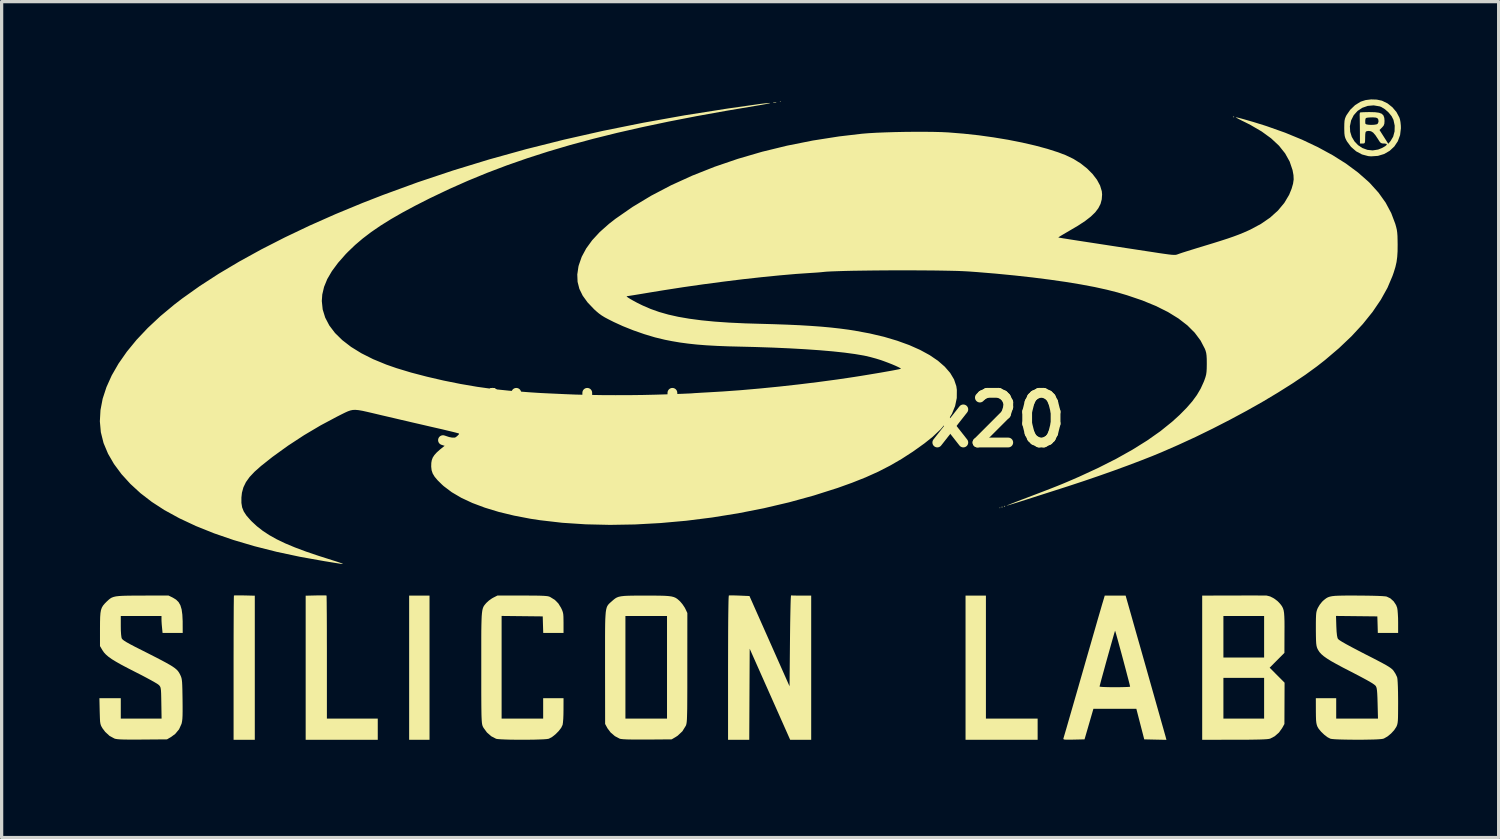
<source format=kicad_pcb>
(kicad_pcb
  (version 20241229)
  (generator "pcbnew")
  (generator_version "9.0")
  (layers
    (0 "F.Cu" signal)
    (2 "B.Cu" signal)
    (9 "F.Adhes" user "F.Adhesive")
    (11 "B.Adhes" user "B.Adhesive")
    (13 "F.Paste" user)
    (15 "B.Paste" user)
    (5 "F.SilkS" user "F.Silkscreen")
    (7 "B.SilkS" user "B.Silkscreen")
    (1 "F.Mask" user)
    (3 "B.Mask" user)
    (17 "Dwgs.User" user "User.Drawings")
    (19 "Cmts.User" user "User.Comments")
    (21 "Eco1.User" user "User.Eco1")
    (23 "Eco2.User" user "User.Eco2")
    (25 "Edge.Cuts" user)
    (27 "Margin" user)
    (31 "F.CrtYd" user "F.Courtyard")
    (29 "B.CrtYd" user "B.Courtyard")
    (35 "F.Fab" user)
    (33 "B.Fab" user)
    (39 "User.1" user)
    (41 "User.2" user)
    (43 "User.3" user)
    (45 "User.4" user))
  (footprint "SilabsLogo40x20"
    (layer "F.Cu")
    (at 19.94 9.838)
    (property "Reference" "SilabsLogo40x20" (at 0 0 0) (layer "F.SilkS") (effects (font (size 1.524 1.524) (thickness 0.3))))
    (attr board_only exclude_from_pos_files exclude_from_bom)
    (fp_poly (pts (xy -9.811 9.811) (xy -10.436 9.811) (xy -10.436 5.387) (xy -9.811 5.387)) (stroke (width 0) (type solid)) (fill yes) (layer "F.SilkS"))
    (fp_poly (pts (xy 0.963 -9.772) (xy 0.95 -9.759) (xy 0.937 -9.772) (xy 0.95 -9.785)) (stroke (width 0) (type solid)) (fill yes) (layer "F.SilkS"))
    (fp_poly (pts (xy 7.703 2.694) (xy 7.69 2.707) (xy 7.677 2.694) (xy 7.69 2.681)) (stroke (width 0) (type solid)) (fill yes) (layer "F.SilkS"))
    (fp_poly (pts (xy 7.261 9.161) (xy 8.848 9.161) (xy 8.848 9.811) (xy 6.636 9.811) (xy 6.636 5.387) (xy 7.261 5.387)) (stroke (width 0) (type solid)) (fill yes) (layer "F.SilkS"))
    (fp_poly (pts (xy 7.773 2.663) (xy 7.769 2.679) (xy 7.755 2.681) (xy 7.734 2.671) (xy 7.738 2.663) (xy 7.769 2.66)) (stroke (width 0) (type solid)) (fill yes) (layer "F.SilkS"))
    (fp_poly (pts (xy 7.851 2.637) (xy 7.847 2.653) (xy 7.833 2.655) (xy 7.812 2.645) (xy 7.816 2.637) (xy 7.847 2.634)) (stroke (width 0) (type solid)) (fill yes) (layer "F.SilkS"))
    (fp_poly (pts (xy 14.877 -9.308) (xy 14.874 -9.293) (xy 14.86 -9.291) (xy 14.839 -9.3) (xy 14.843 -9.308) (xy 14.874 -9.311)) (stroke (width 0) (type solid)) (fill yes) (layer "F.SilkS"))
    (fp_poly (pts (xy 0.826 -9.751) (xy 0.834 -9.744) (xy 0.798 -9.739) (xy 0.781 -9.739) (xy 0.733 -9.742) (xy 0.728 -9.749) (xy 0.735 -9.751) (xy 0.801 -9.755)) (stroke (width 0) (type solid)) (fill yes) (layer "F.SilkS"))
    (fp_poly (pts (xy -15.612 5.38) (xy -15.49 5.382) (xy -15.487 5.382) (xy -15.172 5.39) (xy -15.172 9.811) (xy -15.823 9.811) (xy -15.823 7.604) (xy -15.823 7.269) (xy -15.822 6.95) (xy -15.822 6.65) (xy -15.821 6.372) (xy -15.82 6.121) (xy -15.819 5.901) (xy -15.818 5.715) (xy -15.816 5.566) (xy -15.815 5.46) (xy -15.813 5.398) (xy -15.812 5.385) (xy -15.784 5.381) (xy -15.713 5.38)) (stroke (width 0) (type solid)) (fill yes) (layer "F.SilkS"))
    (fp_poly (pts (xy -13.001 5.381) (xy -12.971 5.385) (xy -12.971 5.385) (xy -12.969 5.412) (xy -12.968 5.487) (xy -12.966 5.606) (xy -12.965 5.765) (xy -12.963 5.959) (xy -12.962 6.184) (xy -12.961 6.437) (xy -12.961 6.713) (xy -12.96 7.008) (xy -12.96 7.278) (xy -12.96 9.161) (xy -11.399 9.161) (xy -11.399 9.811) (xy -13.611 9.811) (xy -13.611 5.39) (xy -13.296 5.382) (xy -13.174 5.38) (xy -13.072 5.38)) (stroke (width 0) (type solid)) (fill yes) (layer "F.SilkS"))
    (fp_poly (pts (xy -0.515 5.38) (xy -0.41 5.383) (xy -0.297 5.387) (xy 0.006 5.4) (xy 0.621 6.785) (xy 1.236 8.17) (xy 1.249 6.772) (xy 1.252 6.508) (xy 1.255 6.26) (xy 1.259 6.034) (xy 1.263 5.834) (xy 1.267 5.664) (xy 1.271 5.53) (xy 1.276 5.436) (xy 1.28 5.387) (xy 1.282 5.381) (xy 1.314 5.383) (xy 1.387 5.385) (xy 1.49 5.387) (xy 1.601 5.387) (xy 1.9 5.387) (xy 1.9 9.811) (xy 1.255 9.811) (xy 0.634 8.414) (xy 0.013 7.017) (xy 0.006 8.414) (xy -0.000452 9.811) (xy -0.651 9.811) (xy -0.651 7.601) (xy -0.65 7.177) (xy -0.649 6.794) (xy -0.648 6.455) (xy -0.646 6.16) (xy -0.643 5.91) (xy -0.64 5.708) (xy -0.637 5.553) (xy -0.633 5.447) (xy -0.628 5.391) (xy -0.625 5.383) (xy -0.59 5.38)) (stroke (width 0) (type solid)) (fill yes) (layer "F.SilkS"))
    (fp_poly (pts (xy 15.466 5.383) (xy 15.624 5.384) (xy 15.75 5.384) (xy 15.835 5.385) (xy 15.875 5.386) (xy 15.982 5.413) (xy 16.099 5.473) (xy 16.209 5.556) (xy 16.253 5.6) (xy 16.304 5.658) (xy 16.343 5.711) (xy 16.373 5.768) (xy 16.395 5.834) (xy 16.409 5.918) (xy 16.417 6.027) (xy 16.422 6.167) (xy 16.423 6.347) (xy 16.422 6.516) (xy 16.42 7.144) (xy 15.967 7.599) (xy 16.425 8.059) (xy 16.42 9.326) (xy 16.35 9.453) (xy 16.251 9.59) (xy 16.122 9.703) (xy 15.984 9.775) (xy 15.944 9.784) (xy 15.879 9.792) (xy 15.785 9.798) (xy 15.658 9.803) (xy 15.494 9.806) (xy 15.288 9.809) (xy 15.036 9.81) (xy 14.893 9.81) (xy 13.897 9.811) (xy 13.897 9.161) (xy 14.548 9.161) (xy 15.797 9.161) (xy 15.797 7.911) (xy 14.548 7.911) (xy 14.548 9.161) (xy 13.897 9.161) (xy 13.897 7.287) (xy 14.548 7.287) (xy 15.797 7.287) (xy 15.797 6.012) (xy 14.548 6.012) (xy 14.548 7.287) (xy 13.897 7.287) (xy 13.897 5.387) (xy 14.854 5.384) (xy 15.074 5.384) (xy 15.28 5.383)) (stroke (width 0) (type solid)) (fill yes) (layer "F.SilkS"))
    (fp_poly (pts (xy -2.939 5.387) (xy -2.749 5.389) (xy -2.598 5.393) (xy -2.48 5.401) (xy -2.389 5.413) (xy -2.318 5.431) (xy -2.261 5.455) (xy -2.211 5.487) (xy -2.162 5.529) (xy -2.124 5.564) (xy -2.052 5.648) (xy -1.984 5.749) (xy -1.962 5.79) (xy -1.9 5.921) (xy -1.901 7.599) (xy -1.901 7.938) (xy -1.901 8.228) (xy -1.902 8.474) (xy -1.903 8.68) (xy -1.904 8.85) (xy -1.907 8.988) (xy -1.91 9.097) (xy -1.913 9.182) (xy -1.918 9.247) (xy -1.924 9.296) (xy -1.931 9.332) (xy -1.939 9.36) (xy -1.948 9.382) (xy -2.053 9.551) (xy -2.197 9.686) (xy -2.26 9.727) (xy -2.381 9.798) (xy -3.136 9.804) (xy -3.387 9.804) (xy -3.589 9.803) (xy -3.746 9.8) (xy -3.861 9.794) (xy -3.937 9.786) (xy -3.974 9.778) (xy -4.122 9.7) (xy -4.252 9.589) (xy -4.349 9.461) (xy -4.352 9.456) (xy -4.423 9.325) (xy -4.423 9.161) (xy -3.8 9.161) (xy -2.524 9.161) (xy -2.524 6.012) (xy -3.8 6.012) (xy -3.8 9.161) (xy -4.423 9.161) (xy -4.425 7.591) (xy -4.425 7.238) (xy -4.425 6.932) (xy -4.425 6.671) (xy -4.424 6.451) (xy -4.422 6.267) (xy -4.418 6.115) (xy -4.411 5.993) (xy -4.403 5.895) (xy -4.391 5.818) (xy -4.376 5.758) (xy -4.357 5.711) (xy -4.334 5.674) (xy -4.307 5.642) (xy -4.275 5.611) (xy -4.237 5.578) (xy -4.215 5.558) (xy -4.162 5.512) (xy -4.113 5.474) (xy -4.063 5.445) (xy -4.004 5.423) (xy -3.93 5.408) (xy -3.835 5.397) (xy -3.712 5.391) (xy -3.555 5.388) (xy -3.358 5.387) (xy -3.175 5.387)) (stroke (width 0) (type solid)) (fill yes) (layer "F.SilkS"))
    (fp_poly (pts (xy -6.959 5.385) (xy -6.734 5.386) (xy -6.554 5.387) (xy -6.415 5.39) (xy -6.31 5.394) (xy -6.232 5.4) (xy -6.177 5.407) (xy -6.137 5.418) (xy -6.109 5.43) (xy -5.965 5.519) (xy -5.859 5.627) (xy -5.778 5.758) (xy -5.744 5.829) (xy -5.722 5.89) (xy -5.708 5.954) (xy -5.702 6.035) (xy -5.7 6.148) (xy -5.699 6.224) (xy -5.699 6.532) (xy -6.322 6.532) (xy -6.33 6.278) (xy -6.337 6.025) (xy -6.968 6.018) (xy -7.599 6.011) (xy -7.599 9.161) (xy -6.324 9.161) (xy -6.324 8.536) (xy -5.699 8.536) (xy -5.7 8.894) (xy -5.702 9.035) (xy -5.707 9.166) (xy -5.716 9.275) (xy -5.726 9.346) (xy -5.728 9.354) (xy -5.771 9.444) (xy -5.848 9.544) (xy -5.944 9.641) (xy -6.046 9.722) (xy -6.142 9.774) (xy -6.158 9.78) (xy -6.216 9.789) (xy -6.317 9.797) (xy -6.452 9.802) (xy -6.612 9.807) (xy -6.788 9.809) (xy -6.973 9.81) (xy -7.157 9.809) (xy -7.332 9.807) (xy -7.49 9.802) (xy -7.62 9.796) (xy -7.716 9.789) (xy -7.768 9.78) (xy -7.916 9.703) (xy -8.049 9.587) (xy -8.153 9.445) (xy -8.173 9.408) (xy -8.183 9.385) (xy -8.191 9.359) (xy -8.198 9.326) (xy -8.204 9.281) (xy -8.209 9.222) (xy -8.213 9.143) (xy -8.217 9.041) (xy -8.219 8.912) (xy -8.221 8.752) (xy -8.222 8.558) (xy -8.223 8.324) (xy -8.223 8.048) (xy -8.223 7.725) (xy -8.223 7.596) (xy -8.223 7.246) (xy -8.223 6.945) (xy -8.223 6.687) (xy -8.222 6.47) (xy -8.219 6.289) (xy -8.215 6.141) (xy -8.21 6.02) (xy -8.202 5.925) (xy -8.192 5.849) (xy -8.179 5.791) (xy -8.163 5.745) (xy -8.144 5.707) (xy -8.122 5.675) (xy -8.095 5.643) (xy -8.064 5.608) (xy -8.064 5.608) (xy -7.989 5.539) (xy -7.896 5.473) (xy -7.853 5.449) (xy -7.725 5.384)) (stroke (width 0) (type solid)) (fill yes) (layer "F.SilkS"))
    (fp_poly (pts (xy 11.72 5.992) (xy 11.779 6.201) (xy 11.845 6.435) (xy 11.917 6.688) (xy 11.994 6.957) (xy 12.073 7.236) (xy 12.154 7.521) (xy 12.235 7.808) (xy 12.315 8.091) (xy 12.393 8.366) (xy 12.467 8.628) (xy 12.536 8.872) (xy 12.599 9.095) (xy 12.654 9.291) (xy 12.701 9.455) (xy 12.737 9.584) (xy 12.762 9.672) (xy 12.774 9.714) (xy 12.774 9.714) (xy 12.8 9.813) (xy 12.46 9.806) (xy 12.119 9.798) (xy 11.998 9.33) (xy 11.877 8.861) (xy 10.559 8.861) (xy 10.423 9.33) (xy 10.287 9.798) (xy 9.956 9.806) (xy 9.82 9.808) (xy 9.728 9.808) (xy 9.672 9.804) (xy 9.644 9.795) (xy 9.637 9.781) (xy 9.64 9.767) (xy 9.657 9.709) (xy 9.687 9.607) (xy 9.73 9.461) (xy 9.785 9.269) (xy 9.854 9.031) (xy 9.936 8.747) (xy 10.032 8.414) (xy 10.1 8.178) (xy 10.748 8.178) (xy 10.773 8.184) (xy 10.841 8.19) (xy 10.945 8.194) (xy 11.077 8.197) (xy 11.217 8.198) (xy 11.366 8.197) (xy 11.496 8.194) (xy 11.598 8.191) (xy 11.664 8.186) (xy 11.685 8.181) (xy 11.679 8.149) (xy 11.661 8.075) (xy 11.633 7.966) (xy 11.597 7.83) (xy 11.556 7.672) (xy 11.51 7.5) (xy 11.463 7.322) (xy 11.415 7.144) (xy 11.368 6.972) (xy 11.325 6.815) (xy 11.287 6.678) (xy 11.257 6.57) (xy 11.235 6.496) (xy 11.224 6.465) (xy 11.224 6.464) (xy 11.215 6.491) (xy 11.194 6.56) (xy 11.164 6.666) (xy 11.126 6.8) (xy 11.082 6.956) (xy 11.034 7.128) (xy 10.984 7.306) (xy 10.934 7.486) (xy 10.887 7.659) (xy 10.843 7.818) (xy 10.805 7.956) (xy 10.776 8.067) (xy 10.756 8.143) (xy 10.748 8.177) (xy 10.748 8.178) (xy 10.1 8.178) (xy 10.141 8.034) (xy 10.265 7.604) (xy 10.318 7.417) (xy 10.4 7.132) (xy 10.48 6.856) (xy 10.555 6.594) (xy 10.625 6.352) (xy 10.687 6.135) (xy 10.742 5.947) (xy 10.787 5.793) (xy 10.82 5.678) (xy 10.841 5.608) (xy 10.843 5.602) (xy 10.907 5.387) (xy 11.548 5.387)) (stroke (width 0) (type solid)) (fill yes) (layer "F.SilkS"))
    (fp_poly (pts (xy -17.686 5.45) (xy -17.587 5.511) (xy -17.511 5.586) (xy -17.455 5.684) (xy -17.417 5.811) (xy -17.395 5.973) (xy -17.385 6.177) (xy -17.385 6.265) (xy -17.384 6.532) (xy -18.002 6.532) (xy -18.018 6.372) (xy -18.028 6.266) (xy -18.034 6.165) (xy -18.035 6.112) (xy -18.035 6.012) (xy -19.284 6.012) (xy -19.284 6.323) (xy -19.282 6.465) (xy -19.274 6.584) (xy -19.263 6.669) (xy -19.254 6.701) (xy -19.231 6.731) (xy -19.185 6.768) (xy -19.109 6.816) (xy -19 6.877) (xy -18.852 6.955) (xy -18.727 7.018) (xy -18.463 7.151) (xy -18.242 7.264) (xy -18.058 7.359) (xy -17.91 7.438) (xy -17.791 7.505) (xy -17.697 7.562) (xy -17.626 7.612) (xy -17.571 7.658) (xy -17.53 7.702) (xy -17.499 7.746) (xy -17.472 7.794) (xy -17.453 7.833) (xy -17.435 7.875) (xy -17.421 7.919) (xy -17.411 7.973) (xy -17.403 8.045) (xy -17.398 8.142) (xy -17.394 8.271) (xy -17.391 8.441) (xy -17.389 8.568) (xy -17.387 8.777) (xy -17.387 8.942) (xy -17.389 9.069) (xy -17.394 9.167) (xy -17.403 9.242) (xy -17.415 9.302) (xy -17.421 9.323) (xy -17.496 9.49) (xy -17.615 9.632) (xy -17.744 9.727) (xy -17.866 9.798) (xy -18.621 9.804) (xy -18.854 9.806) (xy -19.04 9.805) (xy -19.186 9.803) (xy -19.298 9.799) (xy -19.379 9.793) (xy -19.438 9.784) (xy -19.476 9.774) (xy -19.627 9.693) (xy -19.761 9.57) (xy -19.844 9.46) (xy -19.874 9.41) (xy -19.895 9.365) (xy -19.909 9.316) (xy -19.919 9.251) (xy -19.924 9.161) (xy -19.928 9.036) (xy -19.931 8.935) (xy -19.94 8.536) (xy -19.284 8.536) (xy -19.284 9.161) (xy -18.032 9.161) (xy -18.04 8.681) (xy -18.043 8.512) (xy -18.046 8.387) (xy -18.051 8.298) (xy -18.059 8.237) (xy -18.069 8.195) (xy -18.085 8.166) (xy -18.106 8.14) (xy -18.113 8.132) (xy -18.153 8.102) (xy -18.233 8.053) (xy -18.346 7.989) (xy -18.486 7.913) (xy -18.645 7.829) (xy -18.816 7.742) (xy -18.818 7.741) (xy -19.062 7.616) (xy -19.264 7.51) (xy -19.428 7.417) (xy -19.559 7.337) (xy -19.661 7.264) (xy -19.74 7.196) (xy -19.8 7.131) (xy -19.846 7.064) (xy -19.848 7.061) (xy -19.922 6.936) (xy -19.922 6.402) (xy -19.921 6.202) (xy -19.917 6.046) (xy -19.908 5.925) (xy -19.892 5.832) (xy -19.866 5.758) (xy -19.829 5.694) (xy -19.778 5.633) (xy -19.712 5.566) (xy -19.709 5.564) (xy -19.659 5.517) (xy -19.613 5.48) (xy -19.564 5.45) (xy -19.505 5.428) (xy -19.432 5.411) (xy -19.337 5.4) (xy -19.215 5.393) (xy -19.059 5.389) (xy -18.864 5.387) (xy -18.623 5.386) (xy -18.619 5.386) (xy -17.819 5.385)) (stroke (width 0) (type solid)) (fill yes) (layer "F.SilkS"))
    (fp_poly (pts (xy 18.67 5.386) (xy 18.899 5.388) (xy 19.104 5.391) (xy 19.278 5.396) (xy 19.416 5.402) (xy 19.513 5.41) (xy 19.557 5.417) (xy 19.67 5.471) (xy 19.772 5.563) (xy 19.848 5.678) (xy 19.879 5.76) (xy 19.891 5.833) (xy 19.9 5.943) (xy 19.907 6.074) (xy 19.909 6.205) (xy 19.909 6.532) (xy 19.286 6.532) (xy 19.279 6.278) (xy 19.271 6.025) (xy 18.637 6.018) (xy 18.003 6.011) (xy 18.013 6.333) (xy 18.021 6.493) (xy 18.033 6.608) (xy 18.049 6.684) (xy 18.064 6.717) (xy 18.101 6.749) (xy 18.184 6.802) (xy 18.311 6.875) (xy 18.483 6.968) (xy 18.696 7.08) (xy 18.895 7.183) (xy 19.112 7.293) (xy 19.287 7.384) (xy 19.425 7.457) (xy 19.532 7.516) (xy 19.613 7.564) (xy 19.673 7.604) (xy 19.716 7.638) (xy 19.749 7.67) (xy 19.771 7.697) (xy 19.826 7.782) (xy 19.869 7.87) (xy 19.882 7.906) (xy 19.889 7.96) (xy 19.896 8.058) (xy 19.902 8.193) (xy 19.906 8.356) (xy 19.908 8.54) (xy 19.909 8.651) (xy 19.908 8.854) (xy 19.907 9.011) (xy 19.905 9.131) (xy 19.901 9.22) (xy 19.894 9.286) (xy 19.884 9.335) (xy 19.871 9.375) (xy 19.855 9.412) (xy 19.788 9.515) (xy 19.692 9.619) (xy 19.584 9.708) (xy 19.478 9.769) (xy 19.447 9.78) (xy 19.389 9.789) (xy 19.288 9.797) (xy 19.153 9.803) (xy 18.992 9.806) (xy 18.814 9.809) (xy 18.629 9.809) (xy 18.443 9.808) (xy 18.267 9.805) (xy 18.109 9.801) (xy 17.977 9.795) (xy 17.881 9.787) (xy 17.831 9.778) (xy 17.745 9.734) (xy 17.646 9.659) (xy 17.55 9.568) (xy 17.471 9.473) (xy 17.433 9.408) (xy 17.414 9.356) (xy 17.4 9.294) (xy 17.391 9.211) (xy 17.387 9.097) (xy 17.385 8.943) (xy 17.385 8.92) (xy 17.384 8.536) (xy 18.009 8.536) (xy 18.009 9.161) (xy 19.291 9.161) (xy 19.279 8.691) (xy 19.274 8.52) (xy 19.268 8.393) (xy 19.261 8.302) (xy 19.252 8.239) (xy 19.24 8.195) (xy 19.223 8.162) (xy 19.215 8.151) (xy 19.173 8.115) (xy 19.086 8.058) (xy 18.953 7.981) (xy 18.773 7.884) (xy 18.546 7.765) (xy 18.451 7.716) (xy 18.21 7.592) (xy 18.013 7.486) (xy 17.852 7.396) (xy 17.726 7.317) (xy 17.627 7.247) (xy 17.552 7.182) (xy 17.496 7.12) (xy 17.455 7.057) (xy 17.433 7.015) (xy 17.416 6.971) (xy 17.404 6.92) (xy 17.395 6.852) (xy 17.39 6.761) (xy 17.387 6.637) (xy 17.385 6.472) (xy 17.385 6.402) (xy 17.385 6.225) (xy 17.387 6.092) (xy 17.391 5.993) (xy 17.397 5.921) (xy 17.408 5.865) (xy 17.423 5.818) (xy 17.443 5.77) (xy 17.446 5.764) (xy 17.502 5.669) (xy 17.573 5.579) (xy 17.606 5.546) (xy 17.658 5.502) (xy 17.705 5.467) (xy 17.755 5.439) (xy 17.814 5.419) (xy 17.888 5.404) (xy 17.983 5.394) (xy 18.105 5.389) (xy 18.262 5.386) (xy 18.458 5.385)) (stroke (width 0) (type solid)) (fill yes) (layer "F.SilkS"))
    (fp_poly (pts (xy 19.255 -9.832) (xy 19.411 -9.799) (xy 19.416 -9.797) (xy 19.583 -9.716) (xy 19.734 -9.596) (xy 19.858 -9.449) (xy 19.945 -9.286) (xy 19.965 -9.227) (xy 19.981 -9.143) (xy 19.992 -9.034) (xy 19.994 -8.952) (xy 19.969 -8.743) (xy 19.9 -8.555) (xy 19.792 -8.393) (xy 19.65 -8.261) (xy 19.481 -8.163) (xy 19.289 -8.105) (xy 19.08 -8.091) (xy 18.993 -8.098) (xy 18.8 -8.149) (xy 18.622 -8.244) (xy 18.465 -8.38) (xy 18.34 -8.548) (xy 18.318 -8.588) (xy 18.288 -8.652) (xy 18.27 -8.716) (xy 18.26 -8.796) (xy 18.257 -8.907) (xy 18.256 -8.965) (xy 18.257 -9.015) (xy 18.429 -9.015) (xy 18.438 -8.845) (xy 18.487 -8.688) (xy 18.57 -8.549) (xy 18.681 -8.433) (xy 18.815 -8.345) (xy 18.966 -8.29) (xy 19.128 -8.273) (xy 19.295 -8.299) (xy 19.415 -8.347) (xy 19.512 -8.402) (xy 19.559 -8.444) (xy 19.556 -8.471) (xy 19.504 -8.483) (xy 19.474 -8.484) (xy 19.416 -8.488) (xy 19.375 -8.505) (xy 19.337 -8.548) (xy 19.289 -8.624) (xy 19.21 -8.743) (xy 19.142 -8.82) (xy 19.078 -8.86) (xy 19.009 -8.871) (xy 18.994 -8.87) (xy 18.95 -8.864) (xy 18.922 -8.851) (xy 18.907 -8.821) (xy 18.9 -8.761) (xy 18.897 -8.663) (xy 18.897 -8.634) (xy 18.894 -8.55) (xy 18.885 -8.505) (xy 18.863 -8.487) (xy 18.822 -8.484) (xy 18.816 -8.484) (xy 18.738 -8.484) (xy 18.736 -8.868) (xy 18.735 -9.012) (xy 18.733 -9.133) (xy 18.9 -9.133) (xy 18.906 -9.089) (xy 18.937 -9.071) (xy 19.003 -9.06) (xy 19.087 -9.056) (xy 19.172 -9.06) (xy 19.243 -9.071) (xy 19.279 -9.088) (xy 19.307 -9.147) (xy 19.303 -9.216) (xy 19.273 -9.263) (xy 19.225 -9.28) (xy 19.138 -9.287) (xy 19.072 -9.286) (xy 18.983 -9.28) (xy 18.933 -9.271) (xy 18.91 -9.251) (xy 18.903 -9.214) (xy 18.901 -9.2) (xy 18.9 -9.133) (xy 18.733 -9.133) (xy 18.733 -9.144) (xy 18.732 -9.252) (xy 18.73 -9.324) (xy 18.729 -9.339) (xy 18.731 -9.401) (xy 18.74 -9.435) (xy 18.742 -9.436) (xy 18.773 -9.441) (xy 18.845 -9.445) (xy 18.946 -9.448) (xy 19.032 -9.449) (xy 19.2 -9.445) (xy 19.323 -9.429) (xy 19.407 -9.397) (xy 19.459 -9.344) (xy 19.485 -9.268) (xy 19.492 -9.178) (xy 19.486 -9.091) (xy 19.462 -9.03) (xy 19.415 -8.976) (xy 19.338 -8.899) (xy 19.607 -8.476) (xy 19.676 -8.559) (xy 19.757 -8.695) (xy 19.8 -8.857) (xy 19.804 -9.033) (xy 19.766 -9.211) (xy 19.709 -9.323) (xy 19.617 -9.436) (xy 19.506 -9.535) (xy 19.391 -9.606) (xy 19.343 -9.624) (xy 19.158 -9.655) (xy 18.978 -9.639) (xy 18.811 -9.581) (xy 18.665 -9.485) (xy 18.547 -9.354) (xy 18.466 -9.193) (xy 18.466 -9.192) (xy 18.429 -9.015) (xy 18.257 -9.015) (xy 18.258 -9.091) (xy 18.264 -9.18) (xy 18.278 -9.247) (xy 18.302 -9.309) (xy 18.326 -9.356) (xy 18.44 -9.52) (xy 18.589 -9.663) (xy 18.759 -9.768) (xy 18.764 -9.77) (xy 18.91 -9.817) (xy 19.081 -9.838)) (stroke (width 0) (type solid)) (fill yes) (layer "F.SilkS"))
    (fp_poly (pts (xy 0.639 -9.725) (xy 0.601 -9.714) (xy 0.515 -9.696) (xy 0.384 -9.672) (xy 0.23 -9.646) (xy -0.719 -9.486) (xy -1.619 -9.324) (xy -2.473 -9.158) (xy -3.284 -8.987) (xy -4.057 -8.811) (xy -4.793 -8.628) (xy -5.496 -8.438) (xy -6.17 -8.239) (xy -6.817 -8.031) (xy -7.441 -7.813) (xy -8.045 -7.584) (xy -8.631 -7.343) (xy -9.204 -7.089) (xy -9.766 -6.821) (xy -9.798 -6.806) (xy -10.241 -6.581) (xy -10.638 -6.368) (xy -10.994 -6.164) (xy -11.313 -5.965) (xy -11.599 -5.769) (xy -11.858 -5.572) (xy -12.093 -5.372) (xy -12.308 -5.166) (xy -12.381 -5.092) (xy -12.617 -4.824) (xy -12.806 -4.569) (xy -12.949 -4.324) (xy -13.047 -4.085) (xy -13.102 -3.85) (xy -13.116 -3.652) (xy -13.089 -3.393) (xy -13.012 -3.143) (xy -12.886 -2.902) (xy -12.711 -2.671) (xy -12.488 -2.452) (xy -12.218 -2.244) (xy -11.902 -2.049) (xy -11.542 -1.868) (xy -11.137 -1.701) (xy -10.824 -1.592) (xy -10.374 -1.456) (xy -9.887 -1.329) (xy -9.378 -1.211) (xy -8.86 -1.107) (xy -8.346 -1.019) (xy -7.849 -0.95) (xy -7.385 -0.902) (xy -7.352 -0.899) (xy -7.135 -0.882) (xy -6.96 -0.868) (xy -6.816 -0.857) (xy -6.695 -0.848) (xy -6.587 -0.841) (xy -6.484 -0.834) (xy -6.376 -0.828) (xy -6.254 -0.822) (xy -6.11 -0.815) (xy -5.933 -0.807) (xy -5.714 -0.797) (xy -5.673 -0.795) (xy -5.327 -0.781) (xy -4.941 -0.772) (xy -4.529 -0.765) (xy -4.103 -0.763) (xy -3.677 -0.764) (xy -3.263 -0.769) (xy -2.875 -0.778) (xy -2.839 -0.779) (xy -2.614 -0.786) (xy -2.402 -0.793) (xy -2.209 -0.8) (xy -2.042 -0.806) (xy -1.907 -0.812) (xy -1.81 -0.816) (xy -1.759 -0.819) (xy -1.759 -0.819) (xy -1.691 -0.825) (xy -1.586 -0.831) (xy -1.458 -0.839) (xy -1.327 -0.846) (xy -0.814 -0.876) (xy -0.262 -0.916) (xy 0.319 -0.967) (xy 0.916 -1.026) (xy 1.519 -1.093) (xy 2.115 -1.166) (xy 2.695 -1.244) (xy 3.015 -1.291) (xy 3.208 -1.32) (xy 3.412 -1.352) (xy 3.619 -1.386) (xy 3.824 -1.42) (xy 4.021 -1.453) (xy 4.202 -1.485) (xy 4.361 -1.513) (xy 4.492 -1.538) (xy 4.588 -1.557) (xy 4.643 -1.57) (xy 4.653 -1.574) (xy 4.638 -1.59) (xy 4.583 -1.62) (xy 4.496 -1.661) (xy 4.386 -1.708) (xy 4.262 -1.757) (xy 4.131 -1.806) (xy 4.038 -1.839) (xy 3.89 -1.885) (xy 3.725 -1.93) (xy 3.569 -1.967) (xy 3.512 -1.979) (xy 3.242 -2.025) (xy 2.924 -2.068) (xy 2.56 -2.107) (xy 2.154 -2.142) (xy 1.709 -2.173) (xy 1.229 -2.2) (xy 0.716 -2.223) (xy 0.174 -2.241) (xy -0.234 -2.251) (xy -0.637 -2.261) (xy -0.995 -2.275) (xy -1.315 -2.293) (xy -1.607 -2.316) (xy -1.875 -2.345) (xy -2.129 -2.379) (xy -2.375 -2.421) (xy -2.589 -2.463) (xy -2.895 -2.537) (xy -3.224 -2.636) (xy -3.559 -2.753) (xy -3.882 -2.882) (xy -4.155 -3.007) (xy -4.312 -3.086) (xy -4.433 -3.15) (xy -4.529 -3.209) (xy -4.612 -3.269) (xy -4.693 -3.337) (xy -4.76 -3.398) (xy -4.961 -3.609) (xy -5.111 -3.816) (xy -5.213 -4.025) (xy -5.268 -4.241) (xy -5.277 -4.466) (xy -5.242 -4.706) (xy -5.231 -4.75) (xy -5.141 -5.009) (xy -5.004 -5.264) (xy -4.82 -5.517) (xy -4.587 -5.769) (xy -4.303 -6.021) (xy -4.108 -6.173) (xy -3.581 -6.539) (xy -3.01 -6.883) (xy -2.397 -7.204) (xy -1.747 -7.5) (xy -1.063 -7.771) (xy -0.348 -8.015) (xy 0.395 -8.232) (xy 1.162 -8.419) (xy 1.949 -8.576) (xy 2.754 -8.702) (xy 3.461 -8.785) (xy 3.66 -8.801) (xy 3.9 -8.815) (xy 4.172 -8.826) (xy 4.466 -8.835) (xy 4.771 -8.841) (xy 5.077 -8.844) (xy 5.374 -8.844) (xy 5.652 -8.841) (xy 5.9 -8.835) (xy 6.109 -8.825) (xy 6.117 -8.824) (xy 6.576 -8.787) (xy 7.039 -8.737) (xy 7.497 -8.673) (xy 7.944 -8.599) (xy 8.372 -8.514) (xy 8.775 -8.421) (xy 9.146 -8.321) (xy 9.477 -8.215) (xy 9.706 -8.128) (xy 9.946 -8.013) (xy 10.168 -7.874) (xy 10.365 -7.718) (xy 10.533 -7.549) (xy 10.668 -7.373) (xy 10.764 -7.195) (xy 10.817 -7.02) (xy 10.826 -6.921) (xy 10.815 -6.771) (xy 10.778 -6.632) (xy 10.711 -6.5) (xy 10.613 -6.371) (xy 10.478 -6.241) (xy 10.304 -6.106) (xy 10.086 -5.963) (xy 9.84 -5.818) (xy 9.718 -5.747) (xy 9.614 -5.686) (xy 9.536 -5.639) (xy 9.491 -5.609) (xy 9.484 -5.602) (xy 9.493 -5.599) (xy 9.521 -5.594) (xy 9.569 -5.586) (xy 9.639 -5.574) (xy 9.736 -5.559) (xy 9.86 -5.539) (xy 10.014 -5.515) (xy 10.201 -5.486) (xy 10.423 -5.452) (xy 10.684 -5.412) (xy 10.984 -5.366) (xy 11.328 -5.313) (xy 11.716 -5.254) (xy 12.153 -5.187) (xy 12.378 -5.153) (xy 12.584 -5.121) (xy 12.746 -5.098) (xy 12.869 -5.081) (xy 12.96 -5.071) (xy 13.027 -5.067) (xy 13.075 -5.068) (xy 13.112 -5.074) (xy 13.144 -5.085) (xy 13.153 -5.088) (xy 13.202 -5.106) (xy 13.294 -5.137) (xy 13.421 -5.177) (xy 13.575 -5.225) (xy 13.749 -5.279) (xy 13.935 -5.335) (xy 13.943 -5.338) (xy 14.229 -5.425) (xy 14.471 -5.501) (xy 14.678 -5.568) (xy 14.857 -5.63) (xy 15.015 -5.689) (xy 15.159 -5.747) (xy 15.297 -5.808) (xy 15.372 -5.842) (xy 15.697 -6.016) (xy 15.981 -6.211) (xy 16.221 -6.427) (xy 16.416 -6.661) (xy 16.565 -6.911) (xy 16.64 -7.096) (xy 16.685 -7.251) (xy 16.704 -7.383) (xy 16.698 -7.514) (xy 16.67 -7.667) (xy 16.669 -7.671) (xy 16.58 -7.933) (xy 16.441 -8.182) (xy 16.252 -8.419) (xy 16.012 -8.643) (xy 15.722 -8.854) (xy 15.381 -9.053) (xy 15.216 -9.137) (xy 15.103 -9.192) (xy 15.012 -9.239) (xy 14.95 -9.272) (xy 14.926 -9.289) (xy 14.927 -9.29) (xy 14.97 -9.283) (xy 15.053 -9.263) (xy 15.169 -9.231) (xy 15.309 -9.191) (xy 15.464 -9.146) (xy 15.626 -9.096) (xy 15.787 -9.046) (xy 15.888 -9.013) (xy 16.441 -8.817) (xy 16.963 -8.602) (xy 17.45 -8.371) (xy 17.9 -8.126) (xy 18.31 -7.868) (xy 18.674 -7.598) (xy 18.991 -7.32) (xy 19.039 -7.274) (xy 19.307 -6.977) (xy 19.526 -6.67) (xy 19.697 -6.35) (xy 19.822 -6.019) (xy 19.849 -5.923) (xy 19.869 -5.838) (xy 19.881 -5.751) (xy 19.889 -5.648) (xy 19.892 -5.516) (xy 19.894 -5.387) (xy 19.892 -5.177) (xy 19.881 -5.003) (xy 19.86 -4.847) (xy 19.825 -4.694) (xy 19.774 -4.528) (xy 19.736 -4.42) (xy 19.582 -4.057) (xy 19.377 -3.689) (xy 19.125 -3.318) (xy 18.826 -2.946) (xy 18.482 -2.574) (xy 18.094 -2.205) (xy 17.666 -1.841) (xy 17.417 -1.646) (xy 17.061 -1.387) (xy 16.661 -1.119) (xy 16.223 -0.843) (xy 15.755 -0.563) (xy 15.261 -0.284) (xy 14.749 -0.009) (xy 14.225 0.26) (xy 13.695 0.519) (xy 13.165 0.763) (xy 12.643 0.991) (xy 12.362 1.107) (xy 12.002 1.248) (xy 11.603 1.399) (xy 11.174 1.556) (xy 10.726 1.714) (xy 10.27 1.87) (xy 9.816 2.02) (xy 9.655 2.072) (xy 9.309 2.183) (xy 9.009 2.279) (xy 8.753 2.361) (xy 8.537 2.43) (xy 8.358 2.487) (xy 8.214 2.533) (xy 8.1 2.568) (xy 8.015 2.594) (xy 7.955 2.612) (xy 7.917 2.623) (xy 7.898 2.627) (xy 7.895 2.627) (xy 7.912 2.618) (xy 7.972 2.594) (xy 8.07 2.555) (xy 8.198 2.505) (xy 8.351 2.446) (xy 8.523 2.381) (xy 8.549 2.371) (xy 8.825 2.266) (xy 9.06 2.176) (xy 9.262 2.098) (xy 9.439 2.028) (xy 9.6 1.963) (xy 9.752 1.899) (xy 9.904 1.834) (xy 10.064 1.764) (xy 10.111 1.744) (xy 10.71 1.467) (xy 11.258 1.19) (xy 11.757 0.91) (xy 12.209 0.628) (xy 12.614 0.343) (xy 12.975 0.052) (xy 13.204 -0.156) (xy 13.418 -0.373) (xy 13.593 -0.574) (xy 13.735 -0.768) (xy 13.85 -0.963) (xy 13.944 -1.169) (xy 13.965 -1.223) (xy 13.997 -1.315) (xy 14.018 -1.394) (xy 14.03 -1.478) (xy 14.036 -1.58) (xy 14.038 -1.718) (xy 14.038 -1.731) (xy 14.037 -1.873) (xy 14.031 -1.978) (xy 14.02 -2.058) (xy 14.001 -2.128) (xy 13.979 -2.186) (xy 13.847 -2.439) (xy 13.668 -2.679) (xy 13.443 -2.904) (xy 13.17 -3.115) (xy 12.849 -3.313) (xy 12.479 -3.498) (xy 12.06 -3.67) (xy 11.591 -3.829) (xy 11.301 -3.915) (xy 10.971 -3.999) (xy 10.594 -4.082) (xy 10.173 -4.161) (xy 9.713 -4.237) (xy 9.218 -4.308) (xy 8.693 -4.375) (xy 8.142 -4.436) (xy 7.568 -4.492) (xy 6.977 -4.541) (xy 6.727 -4.559) (xy 6.578 -4.567) (xy 6.388 -4.575) (xy 6.164 -4.58) (xy 5.909 -4.585) (xy 5.63 -4.589) (xy 5.333 -4.591) (xy 5.022 -4.593) (xy 4.703 -4.593) (xy 4.381 -4.593) (xy 4.063 -4.591) (xy 3.752 -4.588) (xy 3.455 -4.584) (xy 3.177 -4.58) (xy 2.923 -4.574) (xy 2.699 -4.567) (xy 2.51 -4.56) (xy 2.362 -4.552) (xy 2.26 -4.542) (xy 2.251 -4.541) (xy 2.192 -4.535) (xy 2.096 -4.527) (xy 1.98 -4.519) (xy 1.913 -4.515) (xy 1.44 -4.483) (xy 0.924 -4.438) (xy 0.373 -4.383) (xy -0.206 -4.319) (xy -0.804 -4.245) (xy -1.414 -4.164) (xy -2.029 -4.076) (xy -2.64 -3.981) (xy -3.031 -3.917) (xy -3.216 -3.886) (xy -3.385 -3.858) (xy -3.531 -3.834) (xy -3.647 -3.816) (xy -3.725 -3.804) (xy -3.759 -3.799) (xy -3.76 -3.799) (xy -3.76 -3.788) (xy -3.721 -3.758) (xy -3.651 -3.714) (xy -3.556 -3.66) (xy -3.445 -3.6) (xy -3.324 -3.54) (xy -3.266 -3.512) (xy -3.025 -3.408) (xy -2.766 -3.316) (xy -2.485 -3.236) (xy -2.178 -3.167) (xy -1.841 -3.109) (xy -1.471 -3.06) (xy -1.064 -3.02) (xy -0.615 -2.989) (xy -0.122 -2.966) (xy 0.286 -2.954) (xy 0.752 -2.941) (xy 1.172 -2.926) (xy 1.551 -2.909) (xy 1.896 -2.888) (xy 2.212 -2.865) (xy 2.505 -2.838) (xy 2.781 -2.807) (xy 3.045 -2.772) (xy 3.227 -2.744) (xy 3.696 -2.657) (xy 4.134 -2.554) (xy 4.538 -2.434) (xy 4.908 -2.3) (xy 5.241 -2.152) (xy 5.535 -1.992) (xy 5.788 -1.82) (xy 5.998 -1.637) (xy 6.164 -1.446) (xy 6.283 -1.247) (xy 6.353 -1.04) (xy 6.369 -0.926) (xy 6.367 -0.675) (xy 6.316 -0.431) (xy 6.219 -0.191) (xy 6.072 0.046) (xy 5.875 0.28) (xy 5.628 0.514) (xy 5.374 0.717) (xy 5.02 0.97) (xy 4.672 1.195) (xy 4.321 1.398) (xy 3.957 1.585) (xy 3.57 1.759) (xy 3.15 1.926) (xy 2.71 2.084) (xy 1.977 2.317) (xy 1.22 2.525) (xy 0.445 2.707) (xy -0.343 2.862) (xy -1.138 2.99) (xy -1.934 3.09) (xy -2.726 3.161) (xy -3.507 3.204) (xy -4.273 3.217) (xy -5.017 3.2) (xy -5.735 3.153) (xy -6.419 3.074) (xy -6.714 3.029) (xy -7.22 2.932) (xy -7.687 2.819) (xy -8.113 2.689) (xy -8.497 2.545) (xy -8.837 2.386) (xy -9.13 2.214) (xy -9.376 2.028) (xy -9.431 1.978) (xy -9.562 1.849) (xy -9.654 1.74) (xy -9.714 1.64) (xy -9.747 1.541) (xy -9.759 1.434) (xy -9.759 1.412) (xy -9.756 1.314) (xy -9.741 1.229) (xy -9.712 1.152) (xy -9.662 1.075) (xy -9.588 0.993) (xy -9.485 0.901) (xy -9.348 0.791) (xy -9.178 0.663) (xy -9.045 0.56) (xy -8.954 0.484) (xy -8.908 0.436) (xy -8.905 0.415) (xy -8.94 0.404) (xy -9.017 0.383) (xy -9.129 0.355) (xy -9.268 0.322) (xy -9.425 0.284) (xy -9.473 0.273) (xy -9.653 0.232) (xy -9.836 0.19) (xy -10.007 0.15) (xy -10.154 0.116) (xy -10.264 0.091) (xy -10.267 0.09) (xy -10.359 0.069) (xy -10.493 0.037) (xy -10.66 -0.001) (xy -10.85 -0.046) (xy -11.055 -0.094) (xy -11.266 -0.143) (xy -11.321 -0.156) (xy -11.544 -0.209) (xy -11.724 -0.251) (xy -11.868 -0.283) (xy -11.984 -0.303) (xy -12.079 -0.312) (xy -12.16 -0.31) (xy -12.236 -0.295) (xy -12.314 -0.268) (xy -12.401 -0.229) (xy -12.506 -0.177) (xy -12.634 -0.112) (xy -12.648 -0.105) (xy -13.151 0.163) (xy -13.659 0.464) (xy -14.157 0.79) (xy -14.629 1.131) (xy -14.98 1.409) (xy -15.177 1.584) (xy -15.331 1.747) (xy -15.444 1.905) (xy -15.521 2.064) (xy -15.567 2.231) (xy -15.583 2.38) (xy -15.583 2.542) (xy -15.561 2.679) (xy -15.511 2.805) (xy -15.429 2.93) (xy -15.309 3.067) (xy -15.266 3.112) (xy -15.106 3.26) (xy -14.927 3.4) (xy -14.726 3.532) (xy -14.497 3.66) (xy -14.237 3.785) (xy -13.94 3.909) (xy -13.604 4.035) (xy -13.224 4.164) (xy -12.944 4.253) (xy -12.758 4.312) (xy -12.62 4.356) (xy -12.528 4.388) (xy -12.479 4.408) (xy -12.472 4.417) (xy -12.503 4.416) (xy -12.57 4.406) (xy -12.618 4.398) (xy -12.706 4.384) (xy -12.824 4.365) (xy -12.962 4.342) (xy -13.038 4.33) (xy -13.788 4.196) (xy -14.504 4.043) (xy -15.183 3.871) (xy -15.823 3.682) (xy -16.422 3.476) (xy -16.977 3.253) (xy -17.487 3.014) (xy -17.949 2.761) (xy -17.95 2.76) (xy -18.332 2.512) (xy -18.68 2.244) (xy -18.991 1.958) (xy -19.263 1.659) (xy -19.492 1.35) (xy -19.675 1.034) (xy -19.809 0.715) (xy -19.815 0.697) (xy -19.896 0.373) (xy -19.926 0.039) (xy -19.907 -0.304) (xy -19.84 -0.654) (xy -19.724 -1.009) (xy -19.562 -1.369) (xy -19.353 -1.732) (xy -19.098 -2.097) (xy -18.799 -2.462) (xy -18.456 -2.825) (xy -18.069 -3.187) (xy -17.64 -3.544) (xy -17.399 -3.729) (xy -16.863 -4.11) (xy -16.278 -4.489) (xy -15.645 -4.865) (xy -14.969 -5.237) (xy -14.25 -5.604) (xy -13.492 -5.965) (xy -12.698 -6.317) (xy -11.869 -6.66) (xy -11.243 -6.904) (xy -10.176 -7.294) (xy -9.09 -7.657) (xy -7.982 -7.996) (xy -6.848 -8.311) (xy -5.685 -8.603) (xy -4.49 -8.873) (xy -3.258 -9.121) (xy -1.987 -9.349) (xy -0.674 -9.556) (xy 0.305 -9.695) (xy 0.464 -9.715) (xy 0.571 -9.726) (xy 0.629 -9.73)) (stroke (width 0) (type solid)) (fill yes) (layer "F.SilkS")))
  (gr_rect
    (start -3 -3)
    (end 42.933 22.65)
    (stroke (width 0.1) (type default))
    (fill no)
    (layer "Edge.Cuts")))
</source>
